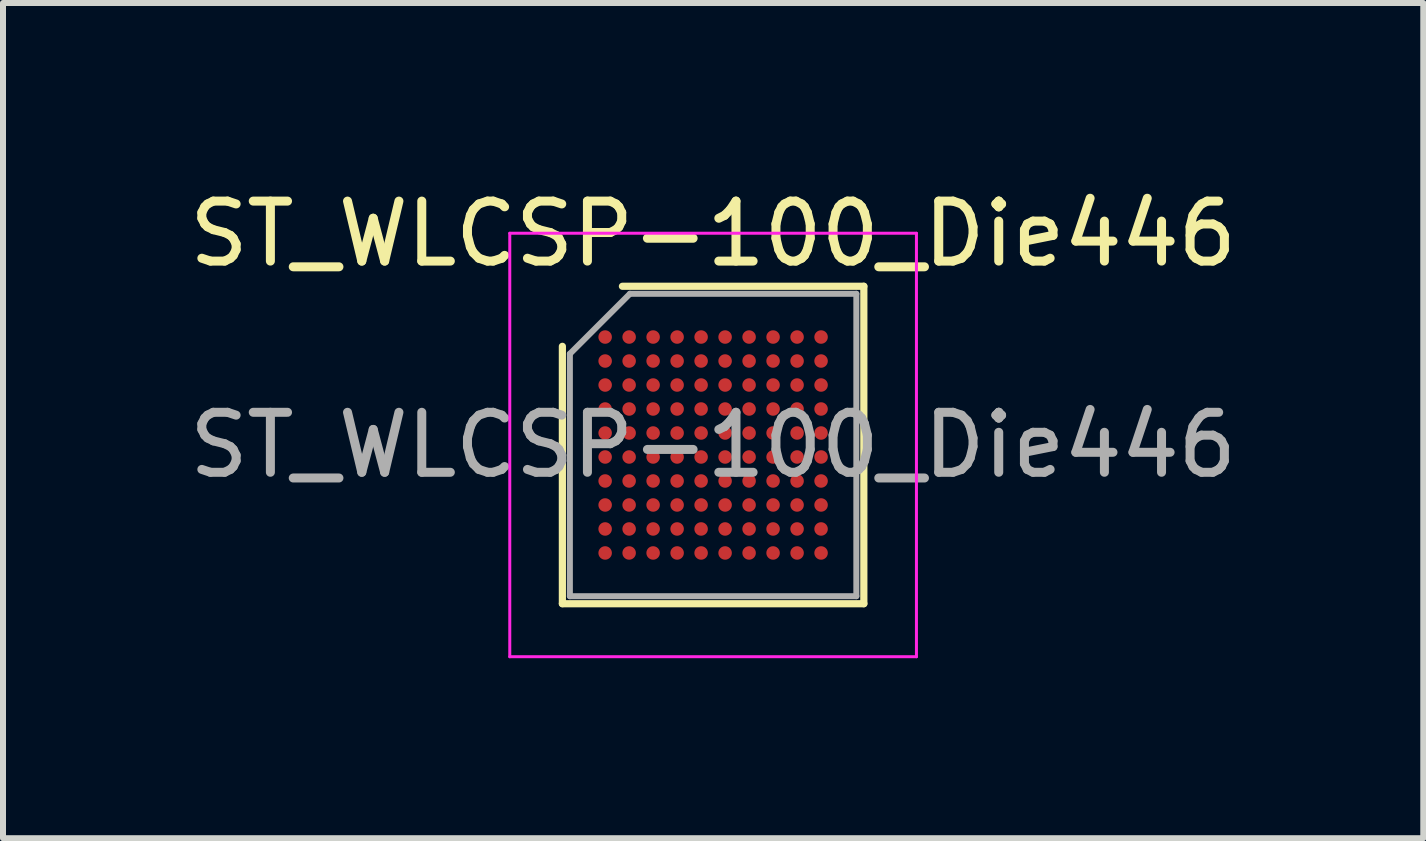
<source format=kicad_pcb>
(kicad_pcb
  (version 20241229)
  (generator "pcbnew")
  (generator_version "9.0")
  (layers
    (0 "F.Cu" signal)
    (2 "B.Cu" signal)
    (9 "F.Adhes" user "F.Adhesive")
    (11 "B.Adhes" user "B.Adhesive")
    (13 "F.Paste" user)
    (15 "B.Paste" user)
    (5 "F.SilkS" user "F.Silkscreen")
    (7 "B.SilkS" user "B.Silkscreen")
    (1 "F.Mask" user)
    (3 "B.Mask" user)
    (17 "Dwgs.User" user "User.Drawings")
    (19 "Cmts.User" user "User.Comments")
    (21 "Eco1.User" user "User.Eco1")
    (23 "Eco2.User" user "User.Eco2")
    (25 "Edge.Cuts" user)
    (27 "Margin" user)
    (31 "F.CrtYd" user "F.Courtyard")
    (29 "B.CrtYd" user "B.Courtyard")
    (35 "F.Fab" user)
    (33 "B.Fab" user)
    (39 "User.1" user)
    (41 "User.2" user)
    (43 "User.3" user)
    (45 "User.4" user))
  (footprint "ST_WLCSP-100_Die446"
    (layer "F.Cu")
    (at 8.839 4.369)
    (property "Reference" "ST_WLCSP-100_Die446" (at 0 -3.521 0) (layer "F.SilkS") (effects (font (size 1 1) (thickness 0.15))))
    (attr smd)
    (fp_line (start -2.513 2.646) (end -2.513 -1.645) (stroke (width 0.12) (type solid)) (layer "F.SilkS"))
    (fp_line (start -1.512 -2.646) (end 2.513 -2.646) (stroke (width 0.12) (type solid)) (layer "F.SilkS"))
    (fp_line (start 2.513 -2.646) (end 2.513 2.646) (stroke (width 0.12) (type solid)) (layer "F.SilkS"))
    (fp_line (start 2.513 2.646) (end -2.513 2.646) (stroke (width 0.12) (type solid)) (layer "F.SilkS"))
    (fp_line (start -3.39 -3.53) (end -3.39 3.53) (stroke (width 0.05) (type solid)) (layer "F.CrtYd"))
    (fp_line (start -3.39 3.53) (end 3.39 3.53) (stroke (width 0.05) (type solid)) (layer "F.CrtYd"))
    (fp_line (start 3.39 -3.53) (end -3.39 -3.53) (stroke (width 0.05) (type solid)) (layer "F.CrtYd"))
    (fp_line (start 3.39 3.53) (end 3.39 -3.53) (stroke (width 0.05) (type solid)) (layer "F.CrtYd"))
    (fp_line (start -2.388 -1.52) (end -1.387 -2.521) (stroke (width 0.1) (type solid)) (layer "F.Fab"))
    (fp_line (start -2.388 2.521) (end -2.388 -1.52) (stroke (width 0.1) (type solid)) (layer "F.Fab"))
    (fp_line (start -1.387 -2.521) (end 2.388 -2.521) (stroke (width 0.1) (type solid)) (layer "F.Fab"))
    (fp_line (start 2.388 -2.521) (end 2.388 2.521) (stroke (width 0.1) (type solid)) (layer "F.Fab"))
    (fp_line (start 2.388 2.521) (end -2.388 2.521) (stroke (width 0.1) (type solid)) (layer "F.Fab"))
    (fp_text user "${REFERENCE}" (at 0 0 0) (layer "F.Fab") (effects (font (size 1 1) (thickness 0.15))))
    (pad "A1" smd circle (at -1.8 -1.8) (size 0.225 0.225) (layers "F.Cu" "F.Mask" "F.Paste"))
    (pad "A2" smd circle (at -1.4 -1.8) (size 0.225 0.225) (layers "F.Cu" "F.Mask" "F.Paste"))
    (pad "A3" smd circle (at -1 -1.8) (size 0.225 0.225) (layers "F.Cu" "F.Mask" "F.Paste"))
    (pad "A4" smd circle (at -0.6 -1.8) (size 0.225 0.225) (layers "F.Cu" "F.Mask" "F.Paste"))
    (pad "A5" smd circle (at -0.2 -1.8) (size 0.225 0.225) (layers "F.Cu" "F.Mask" "F.Paste"))
    (pad "A6" smd circle (at 0.2 -1.8) (size 0.225 0.225) (layers "F.Cu" "F.Mask" "F.Paste"))
    (pad "A7" smd circle (at 0.6 -1.8) (size 0.225 0.225) (layers "F.Cu" "F.Mask" "F.Paste"))
    (pad "A8" smd circle (at 1 -1.8) (size 0.225 0.225) (layers "F.Cu" "F.Mask" "F.Paste"))
    (pad "A9" smd circle (at 1.4 -1.8) (size 0.225 0.225) (layers "F.Cu" "F.Mask" "F.Paste"))
    (pad "A10" smd circle (at 1.8 -1.8) (size 0.225 0.225) (layers "F.Cu" "F.Mask" "F.Paste"))
    (pad "B1" smd circle (at -1.8 -1.4) (size 0.225 0.225) (layers "F.Cu" "F.Mask" "F.Paste"))
    (pad "B2" smd circle (at -1.4 -1.4) (size 0.225 0.225) (layers "F.Cu" "F.Mask" "F.Paste"))
    (pad "B3" smd circle (at -1 -1.4) (size 0.225 0.225) (layers "F.Cu" "F.Mask" "F.Paste"))
    (pad "B4" smd circle (at -0.6 -1.4) (size 0.225 0.225) (layers "F.Cu" "F.Mask" "F.Paste"))
    (pad "B5" smd circle (at -0.2 -1.4) (size 0.225 0.225) (layers "F.Cu" "F.Mask" "F.Paste"))
    (pad "B6" smd circle (at 0.2 -1.4) (size 0.225 0.225) (layers "F.Cu" "F.Mask" "F.Paste"))
    (pad "B7" smd circle (at 0.6 -1.4) (size 0.225 0.225) (layers "F.Cu" "F.Mask" "F.Paste"))
    (pad "B8" smd circle (at 1 -1.4) (size 0.225 0.225) (layers "F.Cu" "F.Mask" "F.Paste"))
    (pad "B9" smd circle (at 1.4 -1.4) (size 0.225 0.225) (layers "F.Cu" "F.Mask" "F.Paste"))
    (pad "B10" smd circle (at 1.8 -1.4) (size 0.225 0.225) (layers "F.Cu" "F.Mask" "F.Paste"))
    (pad "C1" smd circle (at -1.8 -1) (size 0.225 0.225) (layers "F.Cu" "F.Mask" "F.Paste"))
    (pad "C2" smd circle (at -1.4 -1) (size 0.225 0.225) (layers "F.Cu" "F.Mask" "F.Paste"))
    (pad "C3" smd circle (at -1 -1) (size 0.225 0.225) (layers "F.Cu" "F.Mask" "F.Paste"))
    (pad "C4" smd circle (at -0.6 -1) (size 0.225 0.225) (layers "F.Cu" "F.Mask" "F.Paste"))
    (pad "C5" smd circle (at -0.2 -1) (size 0.225 0.225) (layers "F.Cu" "F.Mask" "F.Paste"))
    (pad "C6" smd circle (at 0.2 -1) (size 0.225 0.225) (layers "F.Cu" "F.Mask" "F.Paste"))
    (pad "C7" smd circle (at 0.6 -1) (size 0.225 0.225) (layers "F.Cu" "F.Mask" "F.Paste"))
    (pad "C8" smd circle (at 1 -1) (size 0.225 0.225) (layers "F.Cu" "F.Mask" "F.Paste"))
    (pad "C9" smd circle (at 1.4 -1) (size 0.225 0.225) (layers "F.Cu" "F.Mask" "F.Paste"))
    (pad "C10" smd circle (at 1.8 -1) (size 0.225 0.225) (layers "F.Cu" "F.Mask" "F.Paste"))
    (pad "D1" smd circle (at -1.8 -0.6) (size 0.225 0.225) (layers "F.Cu" "F.Mask" "F.Paste"))
    (pad "D2" smd circle (at -1.4 -0.6) (size 0.225 0.225) (layers "F.Cu" "F.Mask" "F.Paste"))
    (pad "D3" smd circle (at -1 -0.6) (size 0.225 0.225) (layers "F.Cu" "F.Mask" "F.Paste"))
    (pad "D4" smd circle (at -0.6 -0.6) (size 0.225 0.225) (layers "F.Cu" "F.Mask" "F.Paste"))
    (pad "D5" smd circle (at -0.2 -0.6) (size 0.225 0.225) (layers "F.Cu" "F.Mask" "F.Paste"))
    (pad "D6" smd circle (at 0.2 -0.6) (size 0.225 0.225) (layers "F.Cu" "F.Mask" "F.Paste"))
    (pad "D7" smd circle (at 0.6 -0.6) (size 0.225 0.225) (layers "F.Cu" "F.Mask" "F.Paste"))
    (pad "D8" smd circle (at 1 -0.6) (size 0.225 0.225) (layers "F.Cu" "F.Mask" "F.Paste"))
    (pad "D9" smd circle (at 1.4 -0.6) (size 0.225 0.225) (layers "F.Cu" "F.Mask" "F.Paste"))
    (pad "D10" smd circle (at 1.8 -0.6) (size 0.225 0.225) (layers "F.Cu" "F.Mask" "F.Paste"))
    (pad "E1" smd circle (at -1.8 -0.2) (size 0.225 0.225) (layers "F.Cu" "F.Mask" "F.Paste"))
    (pad "E2" smd circle (at -1.4 -0.2) (size 0.225 0.225) (layers "F.Cu" "F.Mask" "F.Paste"))
    (pad "E3" smd circle (at -1 -0.2) (size 0.225 0.225) (layers "F.Cu" "F.Mask" "F.Paste"))
    (pad "E4" smd circle (at -0.6 -0.2) (size 0.225 0.225) (layers "F.Cu" "F.Mask" "F.Paste"))
    (pad "E5" smd circle (at -0.2 -0.2) (size 0.225 0.225) (layers "F.Cu" "F.Mask" "F.Paste"))
    (pad "E6" smd circle (at 0.2 -0.2) (size 0.225 0.225) (layers "F.Cu" "F.Mask" "F.Paste"))
    (pad "E7" smd circle (at 0.6 -0.2) (size 0.225 0.225) (layers "F.Cu" "F.Mask" "F.Paste"))
    (pad "E8" smd circle (at 1 -0.2) (size 0.225 0.225) (layers "F.Cu" "F.Mask" "F.Paste"))
    (pad "E9" smd circle (at 1.4 -0.2) (size 0.225 0.225) (layers "F.Cu" "F.Mask" "F.Paste"))
    (pad "E10" smd circle (at 1.8 -0.2) (size 0.225 0.225) (layers "F.Cu" "F.Mask" "F.Paste"))
    (pad "F1" smd circle (at -1.8 0.2) (size 0.225 0.225) (layers "F.Cu" "F.Mask" "F.Paste"))
    (pad "F2" smd circle (at -1.4 0.2) (size 0.225 0.225) (layers "F.Cu" "F.Mask" "F.Paste"))
    (pad "F3" smd circle (at -1 0.2) (size 0.225 0.225) (layers "F.Cu" "F.Mask" "F.Paste"))
    (pad "F4" smd circle (at -0.6 0.2) (size 0.225 0.225) (layers "F.Cu" "F.Mask" "F.Paste"))
    (pad "F5" smd circle (at -0.2 0.2) (size 0.225 0.225) (layers "F.Cu" "F.Mask" "F.Paste"))
    (pad "F6" smd circle (at 0.2 0.2) (size 0.225 0.225) (layers "F.Cu" "F.Mask" "F.Paste"))
    (pad "F7" smd circle (at 0.6 0.2) (size 0.225 0.225) (layers "F.Cu" "F.Mask" "F.Paste"))
    (pad "F8" smd circle (at 1 0.2) (size 0.225 0.225) (layers "F.Cu" "F.Mask" "F.Paste"))
    (pad "F9" smd circle (at 1.4 0.2) (size 0.225 0.225) (layers "F.Cu" "F.Mask" "F.Paste"))
    (pad "F10" smd circle (at 1.8 0.2) (size 0.225 0.225) (layers "F.Cu" "F.Mask" "F.Paste"))
    (pad "G1" smd circle (at -1.8 0.6) (size 0.225 0.225) (layers "F.Cu" "F.Mask" "F.Paste"))
    (pad "G2" smd circle (at -1.4 0.6) (size 0.225 0.225) (layers "F.Cu" "F.Mask" "F.Paste"))
    (pad "G3" smd circle (at -1 0.6) (size 0.225 0.225) (layers "F.Cu" "F.Mask" "F.Paste"))
    (pad "G4" smd circle (at -0.6 0.6) (size 0.225 0.225) (layers "F.Cu" "F.Mask" "F.Paste"))
    (pad "G5" smd circle (at -0.2 0.6) (size 0.225 0.225) (layers "F.Cu" "F.Mask" "F.Paste"))
    (pad "G6" smd circle (at 0.2 0.6) (size 0.225 0.225) (layers "F.Cu" "F.Mask" "F.Paste"))
    (pad "G7" smd circle (at 0.6 0.6) (size 0.225 0.225) (layers "F.Cu" "F.Mask" "F.Paste"))
    (pad "G8" smd circle (at 1 0.6) (size 0.225 0.225) (layers "F.Cu" "F.Mask" "F.Paste"))
    (pad "G9" smd circle (at 1.4 0.6) (size 0.225 0.225) (layers "F.Cu" "F.Mask" "F.Paste"))
    (pad "G10" smd circle (at 1.8 0.6) (size 0.225 0.225) (layers "F.Cu" "F.Mask" "F.Paste"))
    (pad "H1" smd circle (at -1.8 1) (size 0.225 0.225) (layers "F.Cu" "F.Mask" "F.Paste"))
    (pad "H2" smd circle (at -1.4 1) (size 0.225 0.225) (layers "F.Cu" "F.Mask" "F.Paste"))
    (pad "H3" smd circle (at -1 1) (size 0.225 0.225) (layers "F.Cu" "F.Mask" "F.Paste"))
    (pad "H4" smd circle (at -0.6 1) (size 0.225 0.225) (layers "F.Cu" "F.Mask" "F.Paste"))
    (pad "H5" smd circle (at -0.2 1) (size 0.225 0.225) (layers "F.Cu" "F.Mask" "F.Paste"))
    (pad "H6" smd circle (at 0.2 1) (size 0.225 0.225) (layers "F.Cu" "F.Mask" "F.Paste"))
    (pad "H7" smd circle (at 0.6 1) (size 0.225 0.225) (layers "F.Cu" "F.Mask" "F.Paste"))
    (pad "H8" smd circle (at 1 1) (size 0.225 0.225) (layers "F.Cu" "F.Mask" "F.Paste"))
    (pad "H9" smd circle (at 1.4 1) (size 0.225 0.225) (layers "F.Cu" "F.Mask" "F.Paste"))
    (pad "H10" smd circle (at 1.8 1) (size 0.225 0.225) (layers "F.Cu" "F.Mask" "F.Paste"))
    (pad "J1" smd circle (at -1.8 1.4) (size 0.225 0.225) (layers "F.Cu" "F.Mask" "F.Paste"))
    (pad "J2" smd circle (at -1.4 1.4) (size 0.225 0.225) (layers "F.Cu" "F.Mask" "F.Paste"))
    (pad "J3" smd circle (at -1 1.4) (size 0.225 0.225) (layers "F.Cu" "F.Mask" "F.Paste"))
    (pad "J4" smd circle (at -0.6 1.4) (size 0.225 0.225) (layers "F.Cu" "F.Mask" "F.Paste"))
    (pad "J5" smd circle (at -0.2 1.4) (size 0.225 0.225) (layers "F.Cu" "F.Mask" "F.Paste"))
    (pad "J6" smd circle (at 0.2 1.4) (size 0.225 0.225) (layers "F.Cu" "F.Mask" "F.Paste"))
    (pad "J7" smd circle (at 0.6 1.4) (size 0.225 0.225) (layers "F.Cu" "F.Mask" "F.Paste"))
    (pad "J8" smd circle (at 1 1.4) (size 0.225 0.225) (layers "F.Cu" "F.Mask" "F.Paste"))
    (pad "J9" smd circle (at 1.4 1.4) (size 0.225 0.225) (layers "F.Cu" "F.Mask" "F.Paste"))
    (pad "J10" smd circle (at 1.8 1.4) (size 0.225 0.225) (layers "F.Cu" "F.Mask" "F.Paste"))
    (pad "K1" smd circle (at -1.8 1.8) (size 0.225 0.225) (layers "F.Cu" "F.Mask" "F.Paste"))
    (pad "K2" smd circle (at -1.4 1.8) (size 0.225 0.225) (layers "F.Cu" "F.Mask" "F.Paste"))
    (pad "K3" smd circle (at -1 1.8) (size 0.225 0.225) (layers "F.Cu" "F.Mask" "F.Paste"))
    (pad "K4" smd circle (at -0.6 1.8) (size 0.225 0.225) (layers "F.Cu" "F.Mask" "F.Paste"))
    (pad "K5" smd circle (at -0.2 1.8) (size 0.225 0.225) (layers "F.Cu" "F.Mask" "F.Paste"))
    (pad "K6" smd circle (at 0.2 1.8) (size 0.225 0.225) (layers "F.Cu" "F.Mask" "F.Paste"))
    (pad "K7" smd circle (at 0.6 1.8) (size 0.225 0.225) (layers "F.Cu" "F.Mask" "F.Paste"))
    (pad "K8" smd circle (at 1 1.8) (size 0.225 0.225) (layers "F.Cu" "F.Mask" "F.Paste"))
    (pad "K9" smd circle (at 1.4 1.8) (size 0.225 0.225) (layers "F.Cu" "F.Mask" "F.Paste"))
    (pad "K10" smd circle (at 1.8 1.8) (size 0.225 0.225) (layers "F.Cu" "F.Mask" "F.Paste")))
  (gr_rect
    (start -3 -3)
    (end 20.679 10.924)
    (stroke (width 0.1) (type default))
    (fill no)
    (layer "Edge.Cuts")))
</source>
